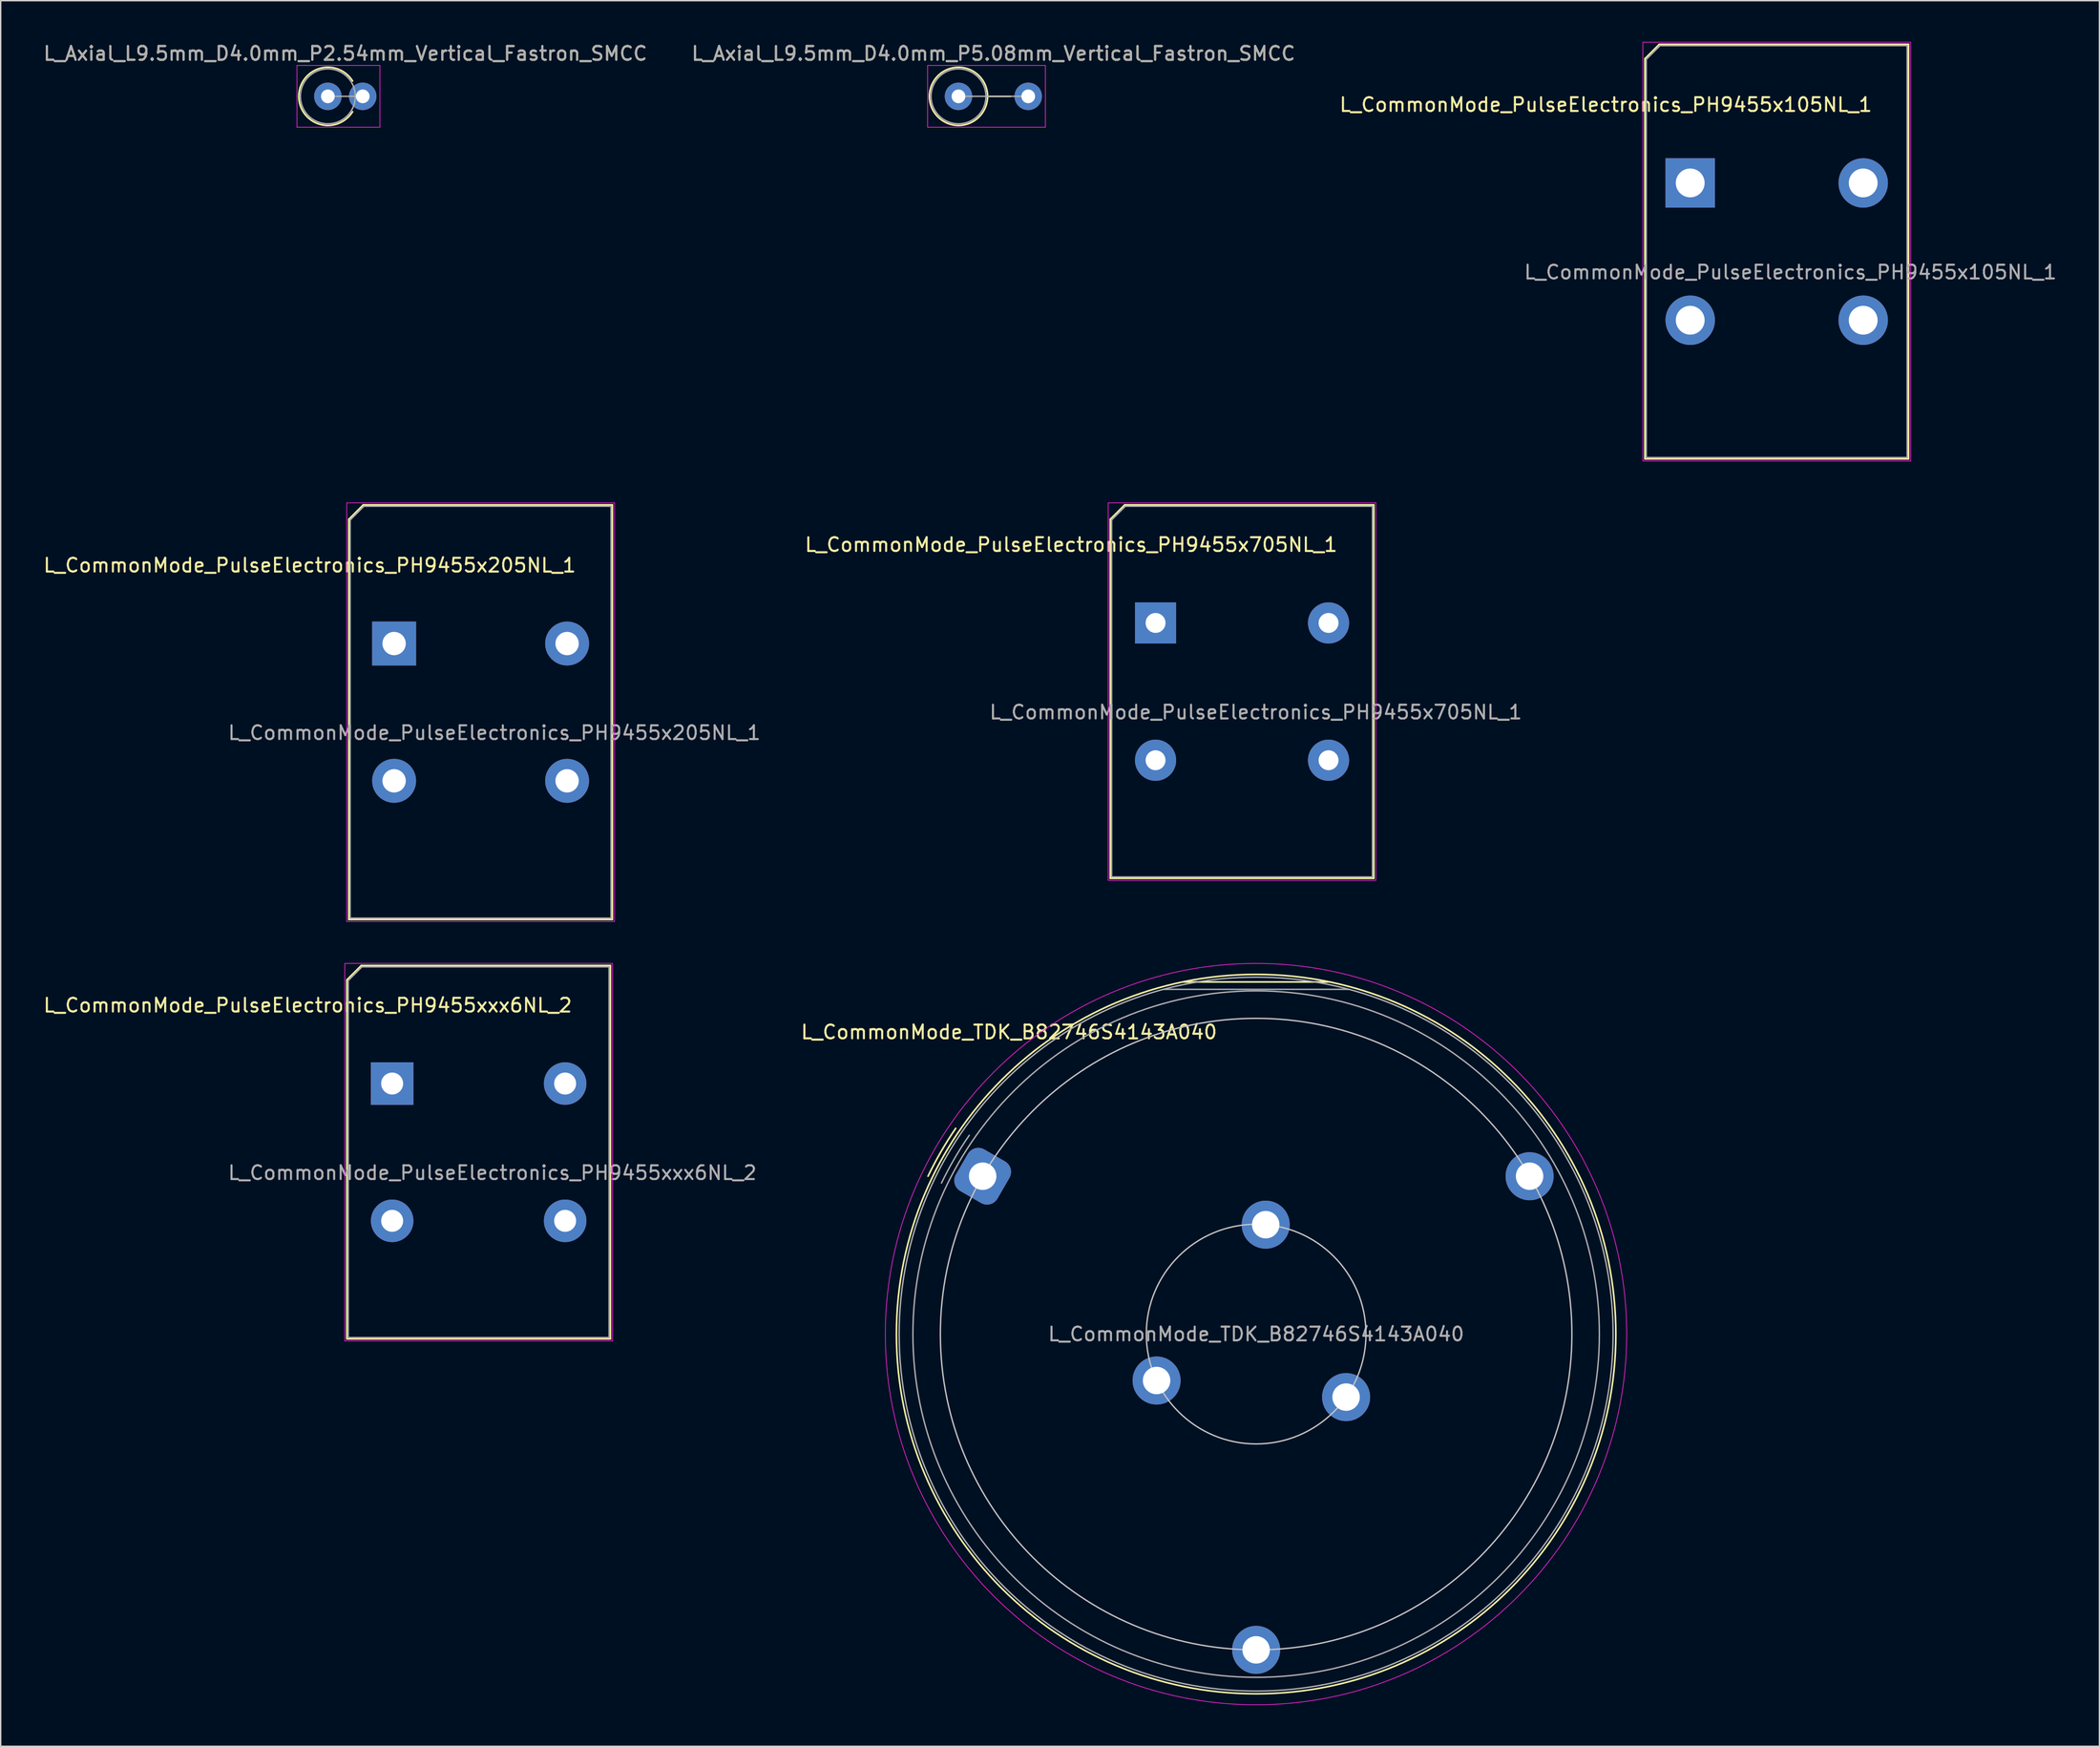
<source format=kicad_pcb>
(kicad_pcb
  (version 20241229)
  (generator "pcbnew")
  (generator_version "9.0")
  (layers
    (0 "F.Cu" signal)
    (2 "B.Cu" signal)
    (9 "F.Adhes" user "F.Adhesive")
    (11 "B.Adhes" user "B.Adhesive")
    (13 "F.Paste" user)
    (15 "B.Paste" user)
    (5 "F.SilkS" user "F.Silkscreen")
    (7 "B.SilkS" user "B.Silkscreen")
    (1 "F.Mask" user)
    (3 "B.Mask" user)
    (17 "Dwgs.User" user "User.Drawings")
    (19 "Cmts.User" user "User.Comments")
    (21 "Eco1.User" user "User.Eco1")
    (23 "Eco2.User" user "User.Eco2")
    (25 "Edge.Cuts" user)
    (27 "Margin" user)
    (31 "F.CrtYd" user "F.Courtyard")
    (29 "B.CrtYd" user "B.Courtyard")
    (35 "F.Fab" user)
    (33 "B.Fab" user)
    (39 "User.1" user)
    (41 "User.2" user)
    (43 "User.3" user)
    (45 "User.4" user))
  (footprint "L_CommonMode_PulseElectronics_PH9455xxx6NL_2"
    (layer "F.Cu")
    (at 25.513 75.875)
    (property "Reference" "L_CommonMode_PulseElectronics_PH9455xxx6NL_2" (at -6.15 -5.7 0) (unlocked yes) (layer "F.SilkS") (effects (font (size 1 1) (thickness 0.15))))
    (attr through_hole)
    (fp_line (start -3.3 -7.55) (end -3.3 18.6) (stroke (width 0.12) (type solid)) (layer "F.SilkS"))
    (fp_line (start -3.3 18.6) (end 15.9 18.6) (stroke (width 0.12) (type solid)) (layer "F.SilkS"))
    (fp_line (start -2.25 -8.6) (end -3.3 -7.55) (stroke (width 0.12) (type solid)) (layer "F.SilkS"))
    (fp_line (start 15.9 -8.6) (end -2.25 -8.6) (stroke (width 0.12) (type solid)) (layer "F.SilkS"))
    (fp_line (start 15.9 18.6) (end 15.9 -8.6) (stroke (width 0.12) (type solid)) (layer "F.SilkS"))
    (fp_rect (start -3.45 -8.75) (end 16.05 18.75) (stroke (width 0.05) (type solid)) (fill no) (layer "F.CrtYd"))
    (fp_line (start -3.2 -7.5) (end -2.2 -8.5) (stroke (width 0.1) (type solid)) (layer "F.Fab"))
    (fp_line (start -3.2 18.5) (end -3.2 -7.5) (stroke (width 0.1) (type solid)) (layer "F.Fab"))
    (fp_line (start -2.2 -8.5) (end 15.8 -8.5) (stroke (width 0.1) (type solid)) (layer "F.Fab"))
    (fp_line (start 15.8 -8.5) (end 15.8 18.5) (stroke (width 0.1) (type solid)) (layer "F.Fab"))
    (fp_line (start 15.8 18.5) (end -3.2 18.5) (stroke (width 0.1) (type solid)) (layer "F.Fab"))
    (fp_text user "${REFERENCE}" (at 7.3 6.5 0) (unlocked yes) (layer "F.Fab") (effects (font (size 1 1) (thickness 0.15))))
    (pad "1" thru_hole rect (at 0 0) (size 3.1 3.1) (drill 1.6) (layers "*.Cu" "*.Mask"))
    (pad "2" thru_hole circle (at 0 10) (size 3.1 3.1) (drill 1.6) (layers "*.Cu" "*.Mask"))
    (pad "3" thru_hole circle (at 12.6 10) (size 3.1 3.1) (drill 1.6) (layers "*.Cu" "*.Mask"))
    (pad "4" thru_hole circle (at 12.6 0) (size 3.1 3.1) (drill 1.6) (layers "*.Cu" "*.Mask")))
  (footprint "L_Axial_L9.5mm_D4.0mm_P2.54mm_Vertical_Fastron_SMCC"
    (layer "F.Cu")
    (at 20.831 3.968)
    (property "Reference" "L_Axial_L9.5mm_D4.0mm_P2.54mm_Vertical_Fastron_SMCC" (at 1.27 -3.12 0) (layer "F.SilkS") (effects (font (size 1 1) (thickness 0.15))))
    (attr through_hole)
    (fp_arc (start 1.8 1.12) (mid -2.12 0) (end 1.8 -1.12) (stroke (width 0.12) (type solid)) (layer "F.SilkS"))
    (fp_line (start -2.25 -2.25) (end -2.25 2.25) (stroke (width 0.05) (type solid)) (layer "F.CrtYd"))
    (fp_line (start -2.25 2.25) (end 3.79 2.25) (stroke (width 0.05) (type solid)) (layer "F.CrtYd"))
    (fp_line (start 3.79 -2.25) (end -2.25 -2.25) (stroke (width 0.05) (type solid)) (layer "F.CrtYd"))
    (fp_line (start 3.79 2.25) (end 3.79 -2.25) (stroke (width 0.05) (type solid)) (layer "F.CrtYd"))
    (fp_line (start 0 0) (end 2.54 0) (stroke (width 0.1) (type solid)) (layer "F.Fab"))
    (fp_circle (center 0 0) (end 2 0) (stroke (width 0.1) (type solid)) (fill no) (layer "F.Fab"))
    (fp_text user "${REFERENCE}" (at 1.27 -3.12 0) (layer "F.Fab") (effects (font (size 1 1) (thickness 0.15))))
    (pad "1" thru_hole circle (at 0 0) (size 2 2) (drill 1) (layers "*.Cu" "*.Mask"))
    (pad "2" thru_hole oval (at 2.54 0) (size 2 2) (drill 1) (layers "*.Cu" "*.Mask")))
  (footprint "L_CommonMode_TDK_B82746S4143A040"
    (layer "F.Cu")
    (at 68.525 82.625)
    (property "Reference" "L_CommonMode_TDK_B82746S4143A040" (at 1.919 -10.5 0) (layer "F.SilkS") (effects (font (size 1 1) (thickness 0.15))))
    (attr through_hole)
    (fp_line (start 14.61 -14.15) (end 25.31 -14.15) (stroke (width 0.12) (type default)) (layer "F.SilkS"))
    (fp_arc (start -3.981416 0) (mid -3.038806 -1.782253) (end -1.963537 -3.487754) (stroke (width 0.12) (type default)) (layer "F.SilkS"))
    (fp_circle (center 19.919 11.5) (end 46.119 11.5) (stroke (width 0.12) (type default)) (fill no) (layer "F.SilkS"))
    (fp_circle (center 19.919 11.5) (end 27.919 11.5) (stroke (width 0.1) (type default)) (fill no) (layer "Dwgs.User"))
    (fp_circle (center 19.919 11.5) (end 42.919 11.5) (stroke (width 0.1) (type default)) (fill no) (layer "Dwgs.User"))
    (fp_circle (center 19.91 11.5) (end 46.91 11.5) (stroke (width 0.05) (type default)) (fill no) (layer "F.CrtYd"))
    (fp_line (start 26.68 -13.61) (end 13.18 -13.61) (stroke (width 0.1) (type default)) (layer "F.Fab"))
    (fp_arc (start -2.999999 0.5) (mid -2.056361 -1.281362) (end -0.974545 -2.982355) (stroke (width 0.1) (type default)) (layer "F.Fab"))
    (fp_circle (center 19.919 11.5) (end 44.919 11.5) (stroke (width 0.1) (type default)) (fill no) (layer "F.Fab"))
    (fp_circle (center 19.919 11.5) (end 45.919 11.5) (stroke (width 0.1) (type default)) (fill no) (layer "F.Fab"))
    (fp_text user "${REFERENCE}" (at 19.919 11.5 0) (layer "F.Fab") (effects (font (size 1 1) (thickness 0.15))))
    (pad "1" thru_hole roundrect (at 0 0 150) (size 3.5 3.5) (drill 2) (layers "*.Cu" "*.Mask") (roundrect_rratio 0.25))
    (pad "2" thru_hole circle (at 19.919 34.5 20) (size 3.5 3.5) (drill 2) (layers "*.Cu" "*.Mask"))
    (pad "3" thru_hole circle (at 39.837 0 260) (size 3.5 3.5) (drill 2) (layers "*.Cu" "*.Mask"))
    (pad "4" thru_hole circle (at 26.472 16.089 52) (size 3.5 3.5) (drill 2) (layers "*.Cu" "*.Mask"))
    (pad "5" thru_hole circle (at 12.668 14.881 292) (size 3.5 3.5) (drill 2) (layers "*.Cu" "*.Mask"))
    (pad "6" thru_hole circle (at 20.616 3.53 172) (size 3.5 3.5) (drill 2) (layers "*.Cu" "*.Mask")))
  (footprint "L_CommonMode_PulseElectronics_PH9455x205NL_1"
    (layer "F.Cu")
    (at 25.656 43.825)
    (property "Reference" "L_CommonMode_PulseElectronics_PH9455x205NL_1" (at -6.15 -5.7 0) (unlocked yes) (layer "F.SilkS") (effects (font (size 1 1) (thickness 0.15))))
    (attr through_hole)
    (fp_line (start -3.3 -9.05) (end -3.3 20.1) (stroke (width 0.12) (type solid)) (layer "F.SilkS"))
    (fp_line (start -3.3 20.1) (end 15.9 20.1) (stroke (width 0.12) (type solid)) (layer "F.SilkS"))
    (fp_line (start -2.25 -10.1) (end -3.3 -9.05) (stroke (width 0.12) (type solid)) (layer "F.SilkS"))
    (fp_line (start 15.9 -10.1) (end -2.25 -10.1) (stroke (width 0.12) (type solid)) (layer "F.SilkS"))
    (fp_line (start 15.9 20.1) (end 15.9 -10.1) (stroke (width 0.12) (type solid)) (layer "F.SilkS"))
    (fp_rect (start -3.45 -10.25) (end 16.05 20.25) (stroke (width 0.05) (type solid)) (fill no) (layer "F.CrtYd"))
    (fp_line (start -3.2 -9) (end -2.2 -10) (stroke (width 0.1) (type solid)) (layer "F.Fab"))
    (fp_line (start -3.2 20) (end -3.2 -9) (stroke (width 0.1) (type solid)) (layer "F.Fab"))
    (fp_line (start -2.2 -10) (end 15.8 -10) (stroke (width 0.1) (type solid)) (layer "F.Fab"))
    (fp_line (start 15.8 -10) (end 15.8 20) (stroke (width 0.1) (type solid)) (layer "F.Fab"))
    (fp_line (start 15.8 20) (end -3.2 20) (stroke (width 0.1) (type solid)) (layer "F.Fab"))
    (fp_text user "${REFERENCE}" (at 7.3 6.5 0) (unlocked yes) (layer "F.Fab") (effects (font (size 1 1) (thickness 0.15))))
    (pad "1" thru_hole rect (at 0 0) (size 3.2 3.2) (drill 1.7) (layers "*.Cu" "*.Mask"))
    (pad "2" thru_hole circle (at 0 10) (size 3.2 3.2) (drill 1.7) (layers "*.Cu" "*.Mask"))
    (pad "3" thru_hole circle (at 12.6 10) (size 3.2 3.2) (drill 1.7) (layers "*.Cu" "*.Mask"))
    (pad "4" thru_hole circle (at 12.6 0) (size 3.2 3.2) (drill 1.7) (layers "*.Cu" "*.Mask")))
  (footprint "L_Axial_L9.5mm_D4.0mm_P5.08mm_Vertical_Fastron_SMCC"
    (layer "F.Cu")
    (at 66.764 3.968)
    (property "Reference" "L_Axial_L9.5mm_D4.0mm_P5.08mm_Vertical_Fastron_SMCC" (at 2.54 -3.12 0) (layer "F.SilkS") (effects (font (size 1 1) (thickness 0.15))))
    (attr through_hole)
    (fp_line (start 2.12 0) (end 3.78 0) (stroke (width 0.12) (type solid)) (layer "F.SilkS"))
    (fp_circle (center 0 0) (end 2.12 0) (stroke (width 0.12) (type solid)) (fill no) (layer "F.SilkS"))
    (fp_line (start -2.25 -2.25) (end -2.25 2.25) (stroke (width 0.05) (type solid)) (layer "F.CrtYd"))
    (fp_line (start -2.25 2.25) (end 6.33 2.25) (stroke (width 0.05) (type solid)) (layer "F.CrtYd"))
    (fp_line (start 6.33 -2.25) (end -2.25 -2.25) (stroke (width 0.05) (type solid)) (layer "F.CrtYd"))
    (fp_line (start 6.33 2.25) (end 6.33 -2.25) (stroke (width 0.05) (type solid)) (layer "F.CrtYd"))
    (fp_line (start 0 0) (end 5.08 0) (stroke (width 0.1) (type solid)) (layer "F.Fab"))
    (fp_circle (center 0 0) (end 2 0) (stroke (width 0.1) (type solid)) (fill no) (layer "F.Fab"))
    (fp_text user "${REFERENCE}" (at 2.54 -3.12 0) (layer "F.Fab") (effects (font (size 1 1) (thickness 0.15))))
    (pad "1" thru_hole circle (at 0 0) (size 2 2) (drill 1) (layers "*.Cu" "*.Mask"))
    (pad "2" thru_hole oval (at 5.08 0) (size 2 2) (drill 1) (layers "*.Cu" "*.Mask")))
  (footprint "L_CommonMode_PulseElectronics_PH9455x105NL_1"
    (layer "F.Cu")
    (at 120.061 10.275)
    (property "Reference" "L_CommonMode_PulseElectronics_PH9455x105NL_1" (at -6.15 -5.7 0) (unlocked yes) (layer "F.SilkS") (effects (font (size 1 1) (thickness 0.15))))
    (attr through_hole)
    (fp_line (start -3.3 -9.05) (end -3.3 20.1) (stroke (width 0.12) (type solid)) (layer "F.SilkS"))
    (fp_line (start -3.3 20.1) (end 15.9 20.1) (stroke (width 0.12) (type solid)) (layer "F.SilkS"))
    (fp_line (start -2.25 -10.1) (end -3.3 -9.05) (stroke (width 0.12) (type solid)) (layer "F.SilkS"))
    (fp_line (start 15.9 -10.1) (end -2.25 -10.1) (stroke (width 0.12) (type solid)) (layer "F.SilkS"))
    (fp_line (start 15.9 20.1) (end 15.9 -10.1) (stroke (width 0.12) (type solid)) (layer "F.SilkS"))
    (fp_rect (start -3.45 -10.25) (end 16.05 20.25) (stroke (width 0.05) (type solid)) (fill no) (layer "F.CrtYd"))
    (fp_line (start -3.2 -9) (end -2.2 -10) (stroke (width 0.1) (type solid)) (layer "F.Fab"))
    (fp_line (start -3.2 20) (end -3.2 -9) (stroke (width 0.1) (type solid)) (layer "F.Fab"))
    (fp_line (start -2.2 -10) (end 15.8 -10) (stroke (width 0.1) (type solid)) (layer "F.Fab"))
    (fp_line (start 15.8 -10) (end 15.8 20) (stroke (width 0.1) (type solid)) (layer "F.Fab"))
    (fp_line (start 15.8 20) (end -3.2 20) (stroke (width 0.1) (type solid)) (layer "F.Fab"))
    (fp_text user "${REFERENCE}" (at 7.3 6.5 0) (unlocked yes) (layer "F.Fab") (effects (font (size 1 1) (thickness 0.15))))
    (pad "1" thru_hole rect (at 0 0) (size 3.6 3.6) (drill 2.1) (layers "*.Cu" "*.Mask"))
    (pad "2" thru_hole circle (at 0 10) (size 3.6 3.6) (drill 2.1) (layers "*.Cu" "*.Mask"))
    (pad "3" thru_hole circle (at 12.6 10) (size 3.6 3.6) (drill 2.1) (layers "*.Cu" "*.Mask"))
    (pad "4" thru_hole circle (at 12.6 0) (size 3.6 3.6) (drill 2.1) (layers "*.Cu" "*.Mask")))
  (footprint "L_CommonMode_PulseElectronics_PH9455x705NL_1"
    (layer "F.Cu")
    (at 81.118 42.325)
    (property "Reference" "L_CommonMode_PulseElectronics_PH9455x705NL_1" (at -6.15 -5.7 0) (unlocked yes) (layer "F.SilkS") (effects (font (size 1 1) (thickness 0.15))))
    (attr through_hole)
    (fp_line (start -3.3 -7.55) (end -3.3 18.6) (stroke (width 0.12) (type solid)) (layer "F.SilkS"))
    (fp_line (start -3.3 18.6) (end 15.9 18.6) (stroke (width 0.12) (type solid)) (layer "F.SilkS"))
    (fp_line (start -2.25 -8.6) (end -3.3 -7.55) (stroke (width 0.12) (type solid)) (layer "F.SilkS"))
    (fp_line (start 15.9 -8.6) (end -2.25 -8.6) (stroke (width 0.12) (type solid)) (layer "F.SilkS"))
    (fp_line (start 15.9 18.6) (end 15.9 -8.6) (stroke (width 0.12) (type solid)) (layer "F.SilkS"))
    (fp_rect (start -3.45 -8.75) (end 16.05 18.75) (stroke (width 0.05) (type solid)) (fill no) (layer "F.CrtYd"))
    (fp_line (start -3.2 -7.5) (end -2.2 -8.5) (stroke (width 0.1) (type solid)) (layer "F.Fab"))
    (fp_line (start -3.2 18.5) (end -3.2 -7.5) (stroke (width 0.1) (type solid)) (layer "F.Fab"))
    (fp_line (start -2.2 -8.5) (end 15.8 -8.5) (stroke (width 0.1) (type solid)) (layer "F.Fab"))
    (fp_line (start 15.8 -8.5) (end 15.8 18.5) (stroke (width 0.1) (type solid)) (layer "F.Fab"))
    (fp_line (start 15.8 18.5) (end -3.2 18.5) (stroke (width 0.1) (type solid)) (layer "F.Fab"))
    (fp_text user "${REFERENCE}" (at 7.3 6.5 0) (unlocked yes) (layer "F.Fab") (effects (font (size 1 1) (thickness 0.15))))
    (pad "1" thru_hole rect (at 0 0) (size 3 3) (drill 1.45) (layers "*.Cu" "*.Mask"))
    (pad "2" thru_hole circle (at 0 10) (size 3 3) (drill 1.45) (layers "*.Cu" "*.Mask"))
    (pad "3" thru_hole circle (at 12.6 10) (size 3 3) (drill 1.45) (layers "*.Cu" "*.Mask"))
    (pad "4" thru_hole circle (at 12.6 0) (size 3 3) (drill 1.45) (layers "*.Cu" "*.Mask")))
  (gr_rect
    (start -3 -3)
    (end 149.867 124.15)
    (stroke (width 0.1) (type default))
    (fill no)
    (layer "Edge.Cuts")))
</source>
